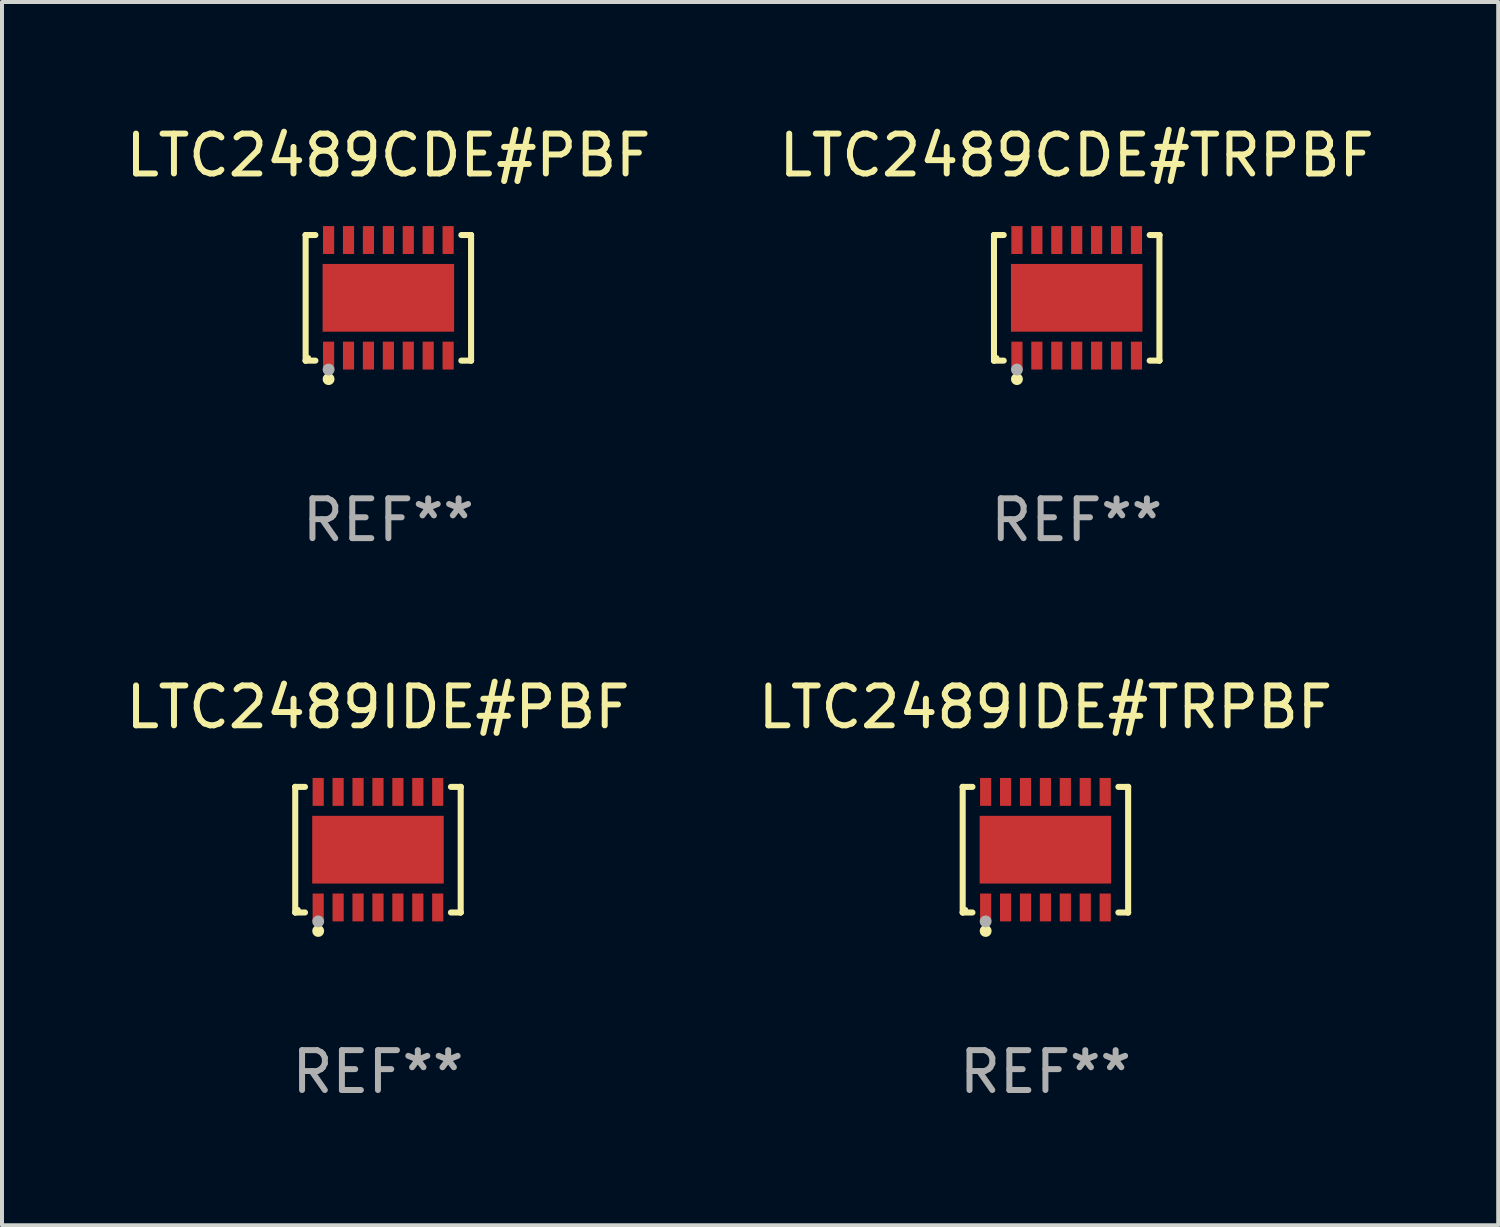
<source format=kicad_pcb>
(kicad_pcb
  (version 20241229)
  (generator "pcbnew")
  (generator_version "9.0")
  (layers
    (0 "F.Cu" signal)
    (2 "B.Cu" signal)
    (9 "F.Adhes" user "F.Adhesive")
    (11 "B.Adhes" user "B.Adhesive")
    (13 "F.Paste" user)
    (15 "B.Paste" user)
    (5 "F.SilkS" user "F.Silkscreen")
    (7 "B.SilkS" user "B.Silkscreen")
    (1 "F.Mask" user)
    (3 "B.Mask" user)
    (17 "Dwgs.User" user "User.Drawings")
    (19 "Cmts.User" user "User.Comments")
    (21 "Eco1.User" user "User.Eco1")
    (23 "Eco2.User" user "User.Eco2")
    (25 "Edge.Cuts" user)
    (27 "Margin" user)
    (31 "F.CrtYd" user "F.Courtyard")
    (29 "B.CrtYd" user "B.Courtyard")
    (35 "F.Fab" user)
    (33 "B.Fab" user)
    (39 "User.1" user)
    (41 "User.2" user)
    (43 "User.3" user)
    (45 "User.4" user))
  (footprint "LTC2489IDE#TRPBF"
    (layer "F.Cu")
    (at 23.185 18.273)
    (property "Reference" "LTC2489IDE#TRPBF" (at 0 -3.576 0) (layer "F.SilkS") (effects (font (size 1 1) (thickness 0.15))))
    (attr through_hole)
    (fp_line (start -2.076 -1.576) (end -2.076 -1.576) (stroke (width 0.152) (type solid)) (layer "F.SilkS"))
    (fp_line (start -2.076 -1.576) (end -1.831 -1.576) (stroke (width 0.152) (type solid)) (layer "F.SilkS"))
    (fp_line (start -2.076 1.576) (end -2.076 -1.576) (stroke (width 0.152) (type solid)) (layer "F.SilkS"))
    (fp_line (start -2.076 1.576) (end -2.076 1.576) (stroke (width 0.152) (type solid)) (layer "F.SilkS"))
    (fp_line (start -1.831 1.576) (end -2.076 1.576) (stroke (width 0.152) (type solid)) (layer "F.SilkS"))
    (fp_line (start 1.831 1.576) (end 2.076 1.576) (stroke (width 0.152) (type solid)) (layer "F.SilkS"))
    (fp_line (start 2.076 -1.576) (end 1.831 -1.576) (stroke (width 0.152) (type solid)) (layer "F.SilkS"))
    (fp_line (start 2.076 -1.576) (end 2.076 -1.576) (stroke (width 0.152) (type solid)) (layer "F.SilkS"))
    (fp_line (start 2.076 1.576) (end 2.076 -1.576) (stroke (width 0.152) (type solid)) (layer "F.SilkS"))
    (fp_line (start 2.076 1.576) (end 2.076 1.576) (stroke (width 0.152) (type solid)) (layer "F.SilkS"))
    (fp_circle (center -2 1.5) (end -1.97 1.5) (stroke (width 0.06) (type solid)) (fill no) (layer "F.SilkS"))
    (fp_circle (center -1.5 2.04) (end -1.425 2.04) (stroke (width 0.15) (type solid)) (fill no) (layer "F.SilkS"))
    (fp_circle (center -1.5 1.8) (end -1.425 1.8) (stroke (width 0.15) (type solid)) (fill no) (layer "F.Fab"))
    (fp_text user "REF**" (at 0 5.576 0) (layer "F.Fab") (effects (font (size 1 1) (thickness 0.15))))
    (pad "1" smd rect (at -1.5 1.45) (size 0.28 0.7) (layers "F.Cu" "F.Mask" "F.Paste"))
    (pad "2" smd rect (at -1 1.45) (size 0.28 0.7) (layers "F.Cu" "F.Mask" "F.Paste"))
    (pad "3" smd rect (at -0.5 1.45) (size 0.28 0.7) (layers "F.Cu" "F.Mask" "F.Paste"))
    (pad "4" smd rect (at 0 1.45) (size 0.28 0.7) (layers "F.Cu" "F.Mask" "F.Paste"))
    (pad "5" smd rect (at 0.5 1.45) (size 0.28 0.7) (layers "F.Cu" "F.Mask" "F.Paste"))
    (pad "6" smd rect (at 1 1.45) (size 0.28 0.7) (layers "F.Cu" "F.Mask" "F.Paste"))
    (pad "7" smd rect (at 1.5 1.45) (size 0.28 0.7) (layers "F.Cu" "F.Mask" "F.Paste"))
    (pad "8" smd rect (at 1.5 -1.45) (size 0.28 0.7) (layers "F.Cu" "F.Mask" "F.Paste"))
    (pad "9" smd rect (at 1 -1.45) (size 0.28 0.7) (layers "F.Cu" "F.Mask" "F.Paste"))
    (pad "10" smd rect (at 0.5 -1.45) (size 0.28 0.7) (layers "F.Cu" "F.Mask" "F.Paste"))
    (pad "11" smd rect (at 0 -1.45) (size 0.28 0.7) (layers "F.Cu" "F.Mask" "F.Paste"))
    (pad "12" smd rect (at -0.5 -1.45) (size 0.28 0.7) (layers "F.Cu" "F.Mask" "F.Paste"))
    (pad "13" smd rect (at -1 -1.45) (size 0.28 0.7) (layers "F.Cu" "F.Mask" "F.Paste"))
    (pad "14" smd rect (at -1.5 -1.45) (size 0.28 0.7) (layers "F.Cu" "F.Mask" "F.Paste"))
    (pad "15" smd rect (at 0 0) (size 3.3 1.7) (layers "F.Cu" "F.Mask" "F.Paste")))
  (footprint "LTC2489IDE#PBF"
    (layer "F.Cu")
    (at 6.435 18.273)
    (property "Reference" "LTC2489IDE#PBF" (at 0 -3.576 0) (layer "F.SilkS") (effects (font (size 1 1) (thickness 0.15))))
    (attr through_hole)
    (fp_line (start -2.076 -1.576) (end -2.076 -1.576) (stroke (width 0.152) (type solid)) (layer "F.SilkS"))
    (fp_line (start -2.076 -1.576) (end -1.831 -1.576) (stroke (width 0.152) (type solid)) (layer "F.SilkS"))
    (fp_line (start -2.076 1.576) (end -2.076 -1.576) (stroke (width 0.152) (type solid)) (layer "F.SilkS"))
    (fp_line (start -2.076 1.576) (end -2.076 1.576) (stroke (width 0.152) (type solid)) (layer "F.SilkS"))
    (fp_line (start -1.831 1.576) (end -2.076 1.576) (stroke (width 0.152) (type solid)) (layer "F.SilkS"))
    (fp_line (start 1.831 1.576) (end 2.076 1.576) (stroke (width 0.152) (type solid)) (layer "F.SilkS"))
    (fp_line (start 2.076 -1.576) (end 1.831 -1.576) (stroke (width 0.152) (type solid)) (layer "F.SilkS"))
    (fp_line (start 2.076 -1.576) (end 2.076 -1.576) (stroke (width 0.152) (type solid)) (layer "F.SilkS"))
    (fp_line (start 2.076 1.576) (end 2.076 -1.576) (stroke (width 0.152) (type solid)) (layer "F.SilkS"))
    (fp_line (start 2.076 1.576) (end 2.076 1.576) (stroke (width 0.152) (type solid)) (layer "F.SilkS"))
    (fp_circle (center -2 1.5) (end -1.97 1.5) (stroke (width 0.06) (type solid)) (fill no) (layer "F.SilkS"))
    (fp_circle (center -1.5 2.04) (end -1.425 2.04) (stroke (width 0.15) (type solid)) (fill no) (layer "F.SilkS"))
    (fp_circle (center -1.5 1.8) (end -1.425 1.8) (stroke (width 0.15) (type solid)) (fill no) (layer "F.Fab"))
    (fp_text user "REF**" (at 0 5.576 0) (layer "F.Fab") (effects (font (size 1 1) (thickness 0.15))))
    (pad "1" smd rect (at -1.5 1.45) (size 0.28 0.7) (layers "F.Cu" "F.Mask" "F.Paste"))
    (pad "2" smd rect (at -1 1.45) (size 0.28 0.7) (layers "F.Cu" "F.Mask" "F.Paste"))
    (pad "3" smd rect (at -0.5 1.45) (size 0.28 0.7) (layers "F.Cu" "F.Mask" "F.Paste"))
    (pad "4" smd rect (at 0 1.45) (size 0.28 0.7) (layers "F.Cu" "F.Mask" "F.Paste"))
    (pad "5" smd rect (at 0.5 1.45) (size 0.28 0.7) (layers "F.Cu" "F.Mask" "F.Paste"))
    (pad "6" smd rect (at 1 1.45) (size 0.28 0.7) (layers "F.Cu" "F.Mask" "F.Paste"))
    (pad "7" smd rect (at 1.5 1.45) (size 0.28 0.7) (layers "F.Cu" "F.Mask" "F.Paste"))
    (pad "8" smd rect (at 1.5 -1.45) (size 0.28 0.7) (layers "F.Cu" "F.Mask" "F.Paste"))
    (pad "9" smd rect (at 1 -1.45) (size 0.28 0.7) (layers "F.Cu" "F.Mask" "F.Paste"))
    (pad "10" smd rect (at 0.5 -1.45) (size 0.28 0.7) (layers "F.Cu" "F.Mask" "F.Paste"))
    (pad "11" smd rect (at 0 -1.45) (size 0.28 0.7) (layers "F.Cu" "F.Mask" "F.Paste"))
    (pad "12" smd rect (at -0.5 -1.45) (size 0.28 0.7) (layers "F.Cu" "F.Mask" "F.Paste"))
    (pad "13" smd rect (at -1 -1.45) (size 0.28 0.7) (layers "F.Cu" "F.Mask" "F.Paste"))
    (pad "14" smd rect (at -1.5 -1.45) (size 0.28 0.7) (layers "F.Cu" "F.Mask" "F.Paste"))
    (pad "15" smd rect (at 0 0) (size 3.3 1.7) (layers "F.Cu" "F.Mask" "F.Paste")))
  (footprint "LTC2489CDE#TRPBF"
    (layer "F.Cu")
    (at 23.97 4.424)
    (property "Reference" "LTC2489CDE#TRPBF" (at 0 -3.576 0) (layer "F.SilkS") (effects (font (size 1 1) (thickness 0.15))))
    (attr through_hole)
    (fp_line (start -2.076 -1.576) (end -2.076 -1.576) (stroke (width 0.152) (type solid)) (layer "F.SilkS"))
    (fp_line (start -2.076 -1.576) (end -1.831 -1.576) (stroke (width 0.152) (type solid)) (layer "F.SilkS"))
    (fp_line (start -2.076 1.576) (end -2.076 -1.576) (stroke (width 0.152) (type solid)) (layer "F.SilkS"))
    (fp_line (start -2.076 1.576) (end -2.076 1.576) (stroke (width 0.152) (type solid)) (layer "F.SilkS"))
    (fp_line (start -1.831 1.576) (end -2.076 1.576) (stroke (width 0.152) (type solid)) (layer "F.SilkS"))
    (fp_line (start 1.831 1.576) (end 2.076 1.576) (stroke (width 0.152) (type solid)) (layer "F.SilkS"))
    (fp_line (start 2.076 -1.576) (end 1.831 -1.576) (stroke (width 0.152) (type solid)) (layer "F.SilkS"))
    (fp_line (start 2.076 -1.576) (end 2.076 -1.576) (stroke (width 0.152) (type solid)) (layer "F.SilkS"))
    (fp_line (start 2.076 1.576) (end 2.076 -1.576) (stroke (width 0.152) (type solid)) (layer "F.SilkS"))
    (fp_line (start 2.076 1.576) (end 2.076 1.576) (stroke (width 0.152) (type solid)) (layer "F.SilkS"))
    (fp_circle (center -2 1.5) (end -1.97 1.5) (stroke (width 0.06) (type solid)) (fill no) (layer "F.SilkS"))
    (fp_circle (center -1.5 2.04) (end -1.425 2.04) (stroke (width 0.15) (type solid)) (fill no) (layer "F.SilkS"))
    (fp_circle (center -1.5 1.8) (end -1.425 1.8) (stroke (width 0.15) (type solid)) (fill no) (layer "F.Fab"))
    (fp_text user "REF**" (at 0 5.576 0) (layer "F.Fab") (effects (font (size 1 1) (thickness 0.15))))
    (pad "1" smd rect (at -1.5 1.45) (size 0.28 0.7) (layers "F.Cu" "F.Mask" "F.Paste"))
    (pad "2" smd rect (at -1 1.45) (size 0.28 0.7) (layers "F.Cu" "F.Mask" "F.Paste"))
    (pad "3" smd rect (at -0.5 1.45) (size 0.28 0.7) (layers "F.Cu" "F.Mask" "F.Paste"))
    (pad "4" smd rect (at 0 1.45) (size 0.28 0.7) (layers "F.Cu" "F.Mask" "F.Paste"))
    (pad "5" smd rect (at 0.5 1.45) (size 0.28 0.7) (layers "F.Cu" "F.Mask" "F.Paste"))
    (pad "6" smd rect (at 1 1.45) (size 0.28 0.7) (layers "F.Cu" "F.Mask" "F.Paste"))
    (pad "7" smd rect (at 1.5 1.45) (size 0.28 0.7) (layers "F.Cu" "F.Mask" "F.Paste"))
    (pad "8" smd rect (at 1.5 -1.45) (size 0.28 0.7) (layers "F.Cu" "F.Mask" "F.Paste"))
    (pad "9" smd rect (at 1 -1.45) (size 0.28 0.7) (layers "F.Cu" "F.Mask" "F.Paste"))
    (pad "10" smd rect (at 0.5 -1.45) (size 0.28 0.7) (layers "F.Cu" "F.Mask" "F.Paste"))
    (pad "11" smd rect (at 0 -1.45) (size 0.28 0.7) (layers "F.Cu" "F.Mask" "F.Paste"))
    (pad "12" smd rect (at -0.5 -1.45) (size 0.28 0.7) (layers "F.Cu" "F.Mask" "F.Paste"))
    (pad "13" smd rect (at -1 -1.45) (size 0.28 0.7) (layers "F.Cu" "F.Mask" "F.Paste"))
    (pad "14" smd rect (at -1.5 -1.45) (size 0.28 0.7) (layers "F.Cu" "F.Mask" "F.Paste"))
    (pad "15" smd rect (at 0 0) (size 3.3 1.7) (layers "F.Cu" "F.Mask" "F.Paste")))
  (footprint "LTC2489CDE#PBF"
    (layer "F.Cu")
    (at 6.696 4.424)
    (property "Reference" "LTC2489CDE#PBF" (at 0 -3.576 0) (layer "F.SilkS") (effects (font (size 1 1) (thickness 0.15))))
    (attr through_hole)
    (fp_line (start -2.076 -1.576) (end -2.076 -1.576) (stroke (width 0.152) (type solid)) (layer "F.SilkS"))
    (fp_line (start -2.076 -1.576) (end -1.831 -1.576) (stroke (width 0.152) (type solid)) (layer "F.SilkS"))
    (fp_line (start -2.076 1.576) (end -2.076 -1.576) (stroke (width 0.152) (type solid)) (layer "F.SilkS"))
    (fp_line (start -2.076 1.576) (end -2.076 1.576) (stroke (width 0.152) (type solid)) (layer "F.SilkS"))
    (fp_line (start -1.831 1.576) (end -2.076 1.576) (stroke (width 0.152) (type solid)) (layer "F.SilkS"))
    (fp_line (start 1.831 1.576) (end 2.076 1.576) (stroke (width 0.152) (type solid)) (layer "F.SilkS"))
    (fp_line (start 2.076 -1.576) (end 1.831 -1.576) (stroke (width 0.152) (type solid)) (layer "F.SilkS"))
    (fp_line (start 2.076 -1.576) (end 2.076 -1.576) (stroke (width 0.152) (type solid)) (layer "F.SilkS"))
    (fp_line (start 2.076 1.576) (end 2.076 -1.576) (stroke (width 0.152) (type solid)) (layer "F.SilkS"))
    (fp_line (start 2.076 1.576) (end 2.076 1.576) (stroke (width 0.152) (type solid)) (layer "F.SilkS"))
    (fp_circle (center -2 1.5) (end -1.97 1.5) (stroke (width 0.06) (type solid)) (fill no) (layer "F.SilkS"))
    (fp_circle (center -1.5 2.04) (end -1.425 2.04) (stroke (width 0.15) (type solid)) (fill no) (layer "F.SilkS"))
    (fp_circle (center -1.5 1.8) (end -1.425 1.8) (stroke (width 0.15) (type solid)) (fill no) (layer "F.Fab"))
    (fp_text user "REF**" (at 0 5.576 0) (layer "F.Fab") (effects (font (size 1 1) (thickness 0.15))))
    (pad "1" smd rect (at -1.5 1.45) (size 0.28 0.7) (layers "F.Cu" "F.Mask" "F.Paste"))
    (pad "2" smd rect (at -1 1.45) (size 0.28 0.7) (layers "F.Cu" "F.Mask" "F.Paste"))
    (pad "3" smd rect (at -0.5 1.45) (size 0.28 0.7) (layers "F.Cu" "F.Mask" "F.Paste"))
    (pad "4" smd rect (at 0 1.45) (size 0.28 0.7) (layers "F.Cu" "F.Mask" "F.Paste"))
    (pad "5" smd rect (at 0.5 1.45) (size 0.28 0.7) (layers "F.Cu" "F.Mask" "F.Paste"))
    (pad "6" smd rect (at 1 1.45) (size 0.28 0.7) (layers "F.Cu" "F.Mask" "F.Paste"))
    (pad "7" smd rect (at 1.5 1.45) (size 0.28 0.7) (layers "F.Cu" "F.Mask" "F.Paste"))
    (pad "8" smd rect (at 1.5 -1.45) (size 0.28 0.7) (layers "F.Cu" "F.Mask" "F.Paste"))
    (pad "9" smd rect (at 1 -1.45) (size 0.28 0.7) (layers "F.Cu" "F.Mask" "F.Paste"))
    (pad "10" smd rect (at 0.5 -1.45) (size 0.28 0.7) (layers "F.Cu" "F.Mask" "F.Paste"))
    (pad "11" smd rect (at 0 -1.45) (size 0.28 0.7) (layers "F.Cu" "F.Mask" "F.Paste"))
    (pad "12" smd rect (at -0.5 -1.45) (size 0.28 0.7) (layers "F.Cu" "F.Mask" "F.Paste"))
    (pad "13" smd rect (at -1 -1.45) (size 0.28 0.7) (layers "F.Cu" "F.Mask" "F.Paste"))
    (pad "14" smd rect (at -1.5 -1.45) (size 0.28 0.7) (layers "F.Cu" "F.Mask" "F.Paste"))
    (pad "15" smd rect (at 0 0) (size 3.3 1.7) (layers "F.Cu" "F.Mask" "F.Paste")))
  (gr_rect
    (start -3 -3)
    (end 34.548 27.698)
    (stroke (width 0.1) (type default))
    (fill no)
    (layer "Edge.Cuts")))
</source>
